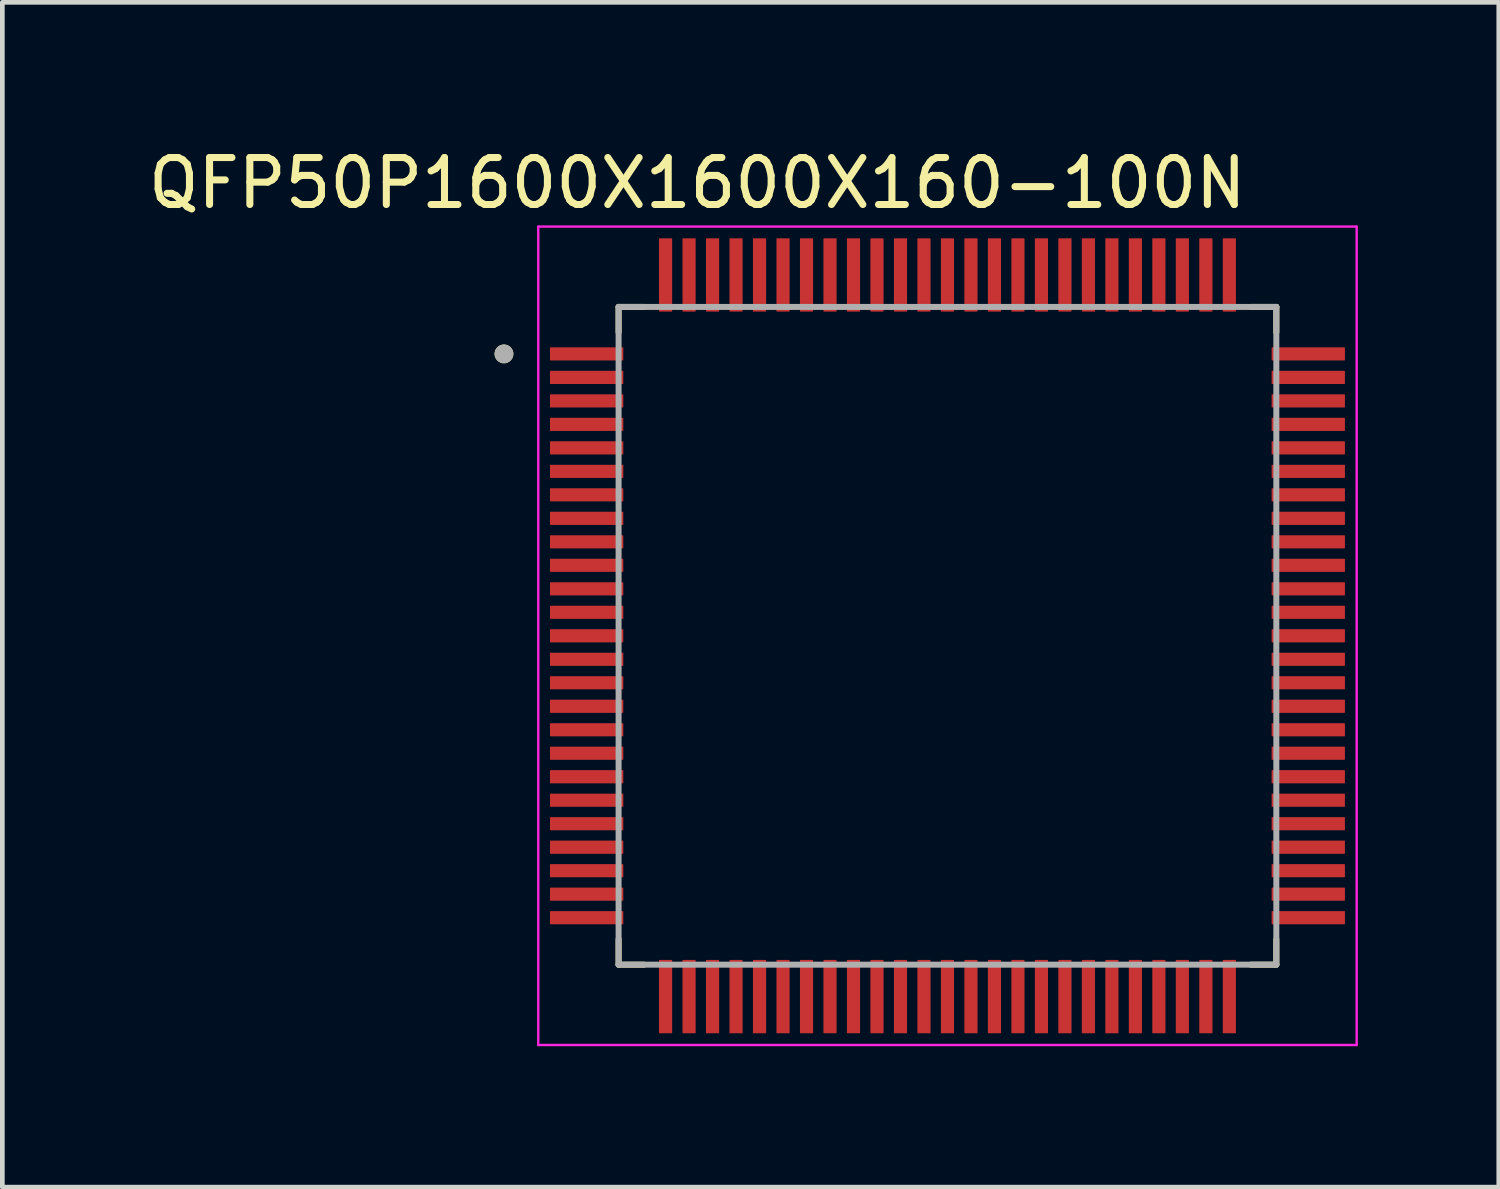
<source format=kicad_pcb>
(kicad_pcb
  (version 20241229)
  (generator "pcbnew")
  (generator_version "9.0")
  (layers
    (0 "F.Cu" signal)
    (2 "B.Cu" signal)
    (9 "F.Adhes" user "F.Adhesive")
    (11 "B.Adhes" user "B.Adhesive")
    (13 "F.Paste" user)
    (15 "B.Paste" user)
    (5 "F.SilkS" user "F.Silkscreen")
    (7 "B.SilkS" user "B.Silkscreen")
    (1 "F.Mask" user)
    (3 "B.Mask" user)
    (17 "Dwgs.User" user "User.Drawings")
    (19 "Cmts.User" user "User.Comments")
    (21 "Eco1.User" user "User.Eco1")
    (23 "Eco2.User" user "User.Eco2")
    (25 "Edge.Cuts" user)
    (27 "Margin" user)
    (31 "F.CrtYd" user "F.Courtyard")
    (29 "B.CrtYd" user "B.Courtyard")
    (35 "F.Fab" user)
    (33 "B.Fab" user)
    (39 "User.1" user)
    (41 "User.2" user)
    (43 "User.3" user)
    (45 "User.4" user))
  (footprint "QFP50P1600X1600X160-100N"
    (layer "F.Cu")
    (at 17.117 10.483)
    (property "Reference" "QFP50P1600X1600X160-100N" (at -5.325 -9.635 0) (layer "F.SilkS") (effects (font (size 1 1) (thickness 0.15))))
    (attr through_hole)
    (fp_line (start -7 -7) (end -7 -6.46) (stroke (width 0.127) (type solid)) (layer "F.SilkS"))
    (fp_line (start -7 -7) (end -6.46 -7) (stroke (width 0.127) (type solid)) (layer "F.SilkS"))
    (fp_line (start -7 7) (end -7 6.46) (stroke (width 0.127) (type solid)) (layer "F.SilkS"))
    (fp_line (start -7 7) (end -6.46 7) (stroke (width 0.127) (type solid)) (layer "F.SilkS"))
    (fp_line (start 7 -7) (end 6.46 -7) (stroke (width 0.127) (type solid)) (layer "F.SilkS"))
    (fp_line (start 7 -7) (end 7 -6.46) (stroke (width 0.127) (type solid)) (layer "F.SilkS"))
    (fp_line (start 7 7) (end 6.46 7) (stroke (width 0.127) (type solid)) (layer "F.SilkS"))
    (fp_line (start 7 7) (end 7 6.46) (stroke (width 0.127) (type solid)) (layer "F.SilkS"))
    (fp_circle (center -9.44 -6) (end -9.34 -6) (stroke (width 0.2) (type solid)) (fill no) (layer "F.SilkS"))
    (fp_line (start -8.71 -8.71) (end 8.71 -8.71) (stroke (width 0.05) (type solid)) (layer "F.CrtYd"))
    (fp_line (start -8.71 8.71) (end -8.71 -8.71) (stroke (width 0.05) (type solid)) (layer "F.CrtYd"))
    (fp_line (start -8.71 8.71) (end 8.71 8.71) (stroke (width 0.05) (type solid)) (layer "F.CrtYd"))
    (fp_line (start 8.71 8.71) (end 8.71 -8.71) (stroke (width 0.05) (type solid)) (layer "F.CrtYd"))
    (fp_line (start -7 7) (end -7 -7) (stroke (width 0.127) (type solid)) (layer "F.Fab"))
    (fp_line (start 7 -7) (end -7 -7) (stroke (width 0.127) (type solid)) (layer "F.Fab"))
    (fp_line (start 7 7) (end -7 7) (stroke (width 0.127) (type solid)) (layer "F.Fab"))
    (fp_line (start 7 7) (end 7 -7) (stroke (width 0.127) (type solid)) (layer "F.Fab"))
    (fp_circle (center -9.44 -6) (end -9.34 -6) (stroke (width 0.2) (type solid)) (fill no) (layer "F.Fab"))
    (pad "1" smd roundrect (at -7.68 -6) (size 1.56 0.28) (layers "F.Cu" "F.Mask" "F.Paste") (roundrect_rratio 0.04))
    (pad "2" smd roundrect (at -7.68 -5.5) (size 1.56 0.28) (layers "F.Cu" "F.Mask" "F.Paste") (roundrect_rratio 0.04))
    (pad "3" smd roundrect (at -7.68 -5) (size 1.56 0.28) (layers "F.Cu" "F.Mask" "F.Paste") (roundrect_rratio 0.04))
    (pad "4" smd roundrect (at -7.68 -4.5) (size 1.56 0.28) (layers "F.Cu" "F.Mask" "F.Paste") (roundrect_rratio 0.04))
    (pad "5" smd roundrect (at -7.68 -4) (size 1.56 0.28) (layers "F.Cu" "F.Mask" "F.Paste") (roundrect_rratio 0.04))
    (pad "6" smd roundrect (at -7.68 -3.5) (size 1.56 0.28) (layers "F.Cu" "F.Mask" "F.Paste") (roundrect_rratio 0.04))
    (pad "7" smd roundrect (at -7.68 -3) (size 1.56 0.28) (layers "F.Cu" "F.Mask" "F.Paste") (roundrect_rratio 0.04))
    (pad "8" smd roundrect (at -7.68 -2.5) (size 1.56 0.28) (layers "F.Cu" "F.Mask" "F.Paste") (roundrect_rratio 0.04))
    (pad "9" smd roundrect (at -7.68 -2) (size 1.56 0.28) (layers "F.Cu" "F.Mask" "F.Paste") (roundrect_rratio 0.04))
    (pad "10" smd roundrect (at -7.68 -1.5) (size 1.56 0.28) (layers "F.Cu" "F.Mask" "F.Paste") (roundrect_rratio 0.04))
    (pad "11" smd roundrect (at -7.68 -1) (size 1.56 0.28) (layers "F.Cu" "F.Mask" "F.Paste") (roundrect_rratio 0.04))
    (pad "12" smd roundrect (at -7.68 -0.5) (size 1.56 0.28) (layers "F.Cu" "F.Mask" "F.Paste") (roundrect_rratio 0.04))
    (pad "13" smd roundrect (at -7.68 0) (size 1.56 0.28) (layers "F.Cu" "F.Mask" "F.Paste") (roundrect_rratio 0.04))
    (pad "14" smd roundrect (at -7.68 0.5) (size 1.56 0.28) (layers "F.Cu" "F.Mask" "F.Paste") (roundrect_rratio 0.04))
    (pad "15" smd roundrect (at -7.68 1) (size 1.56 0.28) (layers "F.Cu" "F.Mask" "F.Paste") (roundrect_rratio 0.04))
    (pad "16" smd roundrect (at -7.68 1.5) (size 1.56 0.28) (layers "F.Cu" "F.Mask" "F.Paste") (roundrect_rratio 0.04))
    (pad "17" smd roundrect (at -7.68 2) (size 1.56 0.28) (layers "F.Cu" "F.Mask" "F.Paste") (roundrect_rratio 0.04))
    (pad "18" smd roundrect (at -7.68 2.5) (size 1.56 0.28) (layers "F.Cu" "F.Mask" "F.Paste") (roundrect_rratio 0.04))
    (pad "19" smd roundrect (at -7.68 3) (size 1.56 0.28) (layers "F.Cu" "F.Mask" "F.Paste") (roundrect_rratio 0.04))
    (pad "20" smd roundrect (at -7.68 3.5) (size 1.56 0.28) (layers "F.Cu" "F.Mask" "F.Paste") (roundrect_rratio 0.04))
    (pad "21" smd roundrect (at -7.68 4) (size 1.56 0.28) (layers "F.Cu" "F.Mask" "F.Paste") (roundrect_rratio 0.04))
    (pad "22" smd roundrect (at -7.68 4.5) (size 1.56 0.28) (layers "F.Cu" "F.Mask" "F.Paste") (roundrect_rratio 0.04))
    (pad "23" smd roundrect (at -7.68 5) (size 1.56 0.28) (layers "F.Cu" "F.Mask" "F.Paste") (roundrect_rratio 0.04))
    (pad "24" smd roundrect (at -7.68 5.5) (size 1.56 0.28) (layers "F.Cu" "F.Mask" "F.Paste") (roundrect_rratio 0.04))
    (pad "25" smd roundrect (at -7.68 6) (size 1.56 0.28) (layers "F.Cu" "F.Mask" "F.Paste") (roundrect_rratio 0.04))
    (pad "26" smd roundrect (at -6 7.68 90) (size 1.56 0.28) (layers "F.Cu" "F.Mask" "F.Paste") (roundrect_rratio 0.04))
    (pad "27" smd roundrect (at -5.5 7.68 90) (size 1.56 0.28) (layers "F.Cu" "F.Mask" "F.Paste") (roundrect_rratio 0.04))
    (pad "28" smd roundrect (at -5 7.68 90) (size 1.56 0.28) (layers "F.Cu" "F.Mask" "F.Paste") (roundrect_rratio 0.04))
    (pad "29" smd roundrect (at -4.5 7.68 90) (size 1.56 0.28) (layers "F.Cu" "F.Mask" "F.Paste") (roundrect_rratio 0.04))
    (pad "30" smd roundrect (at -4 7.68 90) (size 1.56 0.28) (layers "F.Cu" "F.Mask" "F.Paste") (roundrect_rratio 0.04))
    (pad "31" smd roundrect (at -3.5 7.68 90) (size 1.56 0.28) (layers "F.Cu" "F.Mask" "F.Paste") (roundrect_rratio 0.04))
    (pad "32" smd roundrect (at -3 7.68 90) (size 1.56 0.28) (layers "F.Cu" "F.Mask" "F.Paste") (roundrect_rratio 0.04))
    (pad "33" smd roundrect (at -2.5 7.68 90) (size 1.56 0.28) (layers "F.Cu" "F.Mask" "F.Paste") (roundrect_rratio 0.04))
    (pad "34" smd roundrect (at -2 7.68 90) (size 1.56 0.28) (layers "F.Cu" "F.Mask" "F.Paste") (roundrect_rratio 0.04))
    (pad "35" smd roundrect (at -1.5 7.68 90) (size 1.56 0.28) (layers "F.Cu" "F.Mask" "F.Paste") (roundrect_rratio 0.04))
    (pad "36" smd roundrect (at -1 7.68 90) (size 1.56 0.28) (layers "F.Cu" "F.Mask" "F.Paste") (roundrect_rratio 0.04))
    (pad "37" smd roundrect (at -0.5 7.68 90) (size 1.56 0.28) (layers "F.Cu" "F.Mask" "F.Paste") (roundrect_rratio 0.04))
    (pad "38" smd roundrect (at 0 7.68 90) (size 1.56 0.28) (layers "F.Cu" "F.Mask" "F.Paste") (roundrect_rratio 0.04))
    (pad "39" smd roundrect (at 0.5 7.68 90) (size 1.56 0.28) (layers "F.Cu" "F.Mask" "F.Paste") (roundrect_rratio 0.04))
    (pad "40" smd roundrect (at 1 7.68 90) (size 1.56 0.28) (layers "F.Cu" "F.Mask" "F.Paste") (roundrect_rratio 0.04))
    (pad "41" smd roundrect (at 1.5 7.68 90) (size 1.56 0.28) (layers "F.Cu" "F.Mask" "F.Paste") (roundrect_rratio 0.04))
    (pad "42" smd roundrect (at 2 7.68 90) (size 1.56 0.28) (layers "F.Cu" "F.Mask" "F.Paste") (roundrect_rratio 0.04))
    (pad "43" smd roundrect (at 2.5 7.68 90) (size 1.56 0.28) (layers "F.Cu" "F.Mask" "F.Paste") (roundrect_rratio 0.04))
    (pad "44" smd roundrect (at 3 7.68 90) (size 1.56 0.28) (layers "F.Cu" "F.Mask" "F.Paste") (roundrect_rratio 0.04))
    (pad "45" smd roundrect (at 3.5 7.68 90) (size 1.56 0.28) (layers "F.Cu" "F.Mask" "F.Paste") (roundrect_rratio 0.04))
    (pad "46" smd roundrect (at 4 7.68 90) (size 1.56 0.28) (layers "F.Cu" "F.Mask" "F.Paste") (roundrect_rratio 0.04))
    (pad "47" smd roundrect (at 4.5 7.68 90) (size 1.56 0.28) (layers "F.Cu" "F.Mask" "F.Paste") (roundrect_rratio 0.04))
    (pad "48" smd roundrect (at 5 7.68 90) (size 1.56 0.28) (layers "F.Cu" "F.Mask" "F.Paste") (roundrect_rratio 0.04))
    (pad "49" smd roundrect (at 5.5 7.68 90) (size 1.56 0.28) (layers "F.Cu" "F.Mask" "F.Paste") (roundrect_rratio 0.04))
    (pad "50" smd roundrect (at 6 7.68 90) (size 1.56 0.28) (layers "F.Cu" "F.Mask" "F.Paste") (roundrect_rratio 0.04))
    (pad "51" smd roundrect (at 7.68 6) (size 1.56 0.28) (layers "F.Cu" "F.Mask" "F.Paste") (roundrect_rratio 0.04))
    (pad "52" smd roundrect (at 7.68 5.5) (size 1.56 0.28) (layers "F.Cu" "F.Mask" "F.Paste") (roundrect_rratio 0.04))
    (pad "53" smd roundrect (at 7.68 5) (size 1.56 0.28) (layers "F.Cu" "F.Mask" "F.Paste") (roundrect_rratio 0.04))
    (pad "54" smd roundrect (at 7.68 4.5) (size 1.56 0.28) (layers "F.Cu" "F.Mask" "F.Paste") (roundrect_rratio 0.04))
    (pad "55" smd roundrect (at 7.68 4) (size 1.56 0.28) (layers "F.Cu" "F.Mask" "F.Paste") (roundrect_rratio 0.04))
    (pad "56" smd roundrect (at 7.68 3.5) (size 1.56 0.28) (layers "F.Cu" "F.Mask" "F.Paste") (roundrect_rratio 0.04))
    (pad "57" smd roundrect (at 7.68 3) (size 1.56 0.28) (layers "F.Cu" "F.Mask" "F.Paste") (roundrect_rratio 0.04))
    (pad "58" smd roundrect (at 7.68 2.5) (size 1.56 0.28) (layers "F.Cu" "F.Mask" "F.Paste") (roundrect_rratio 0.04))
    (pad "59" smd roundrect (at 7.68 2) (size 1.56 0.28) (layers "F.Cu" "F.Mask" "F.Paste") (roundrect_rratio 0.04))
    (pad "60" smd roundrect (at 7.68 1.5) (size 1.56 0.28) (layers "F.Cu" "F.Mask" "F.Paste") (roundrect_rratio 0.04))
    (pad "61" smd roundrect (at 7.68 1) (size 1.56 0.28) (layers "F.Cu" "F.Mask" "F.Paste") (roundrect_rratio 0.04))
    (pad "62" smd roundrect (at 7.68 0.5) (size 1.56 0.28) (layers "F.Cu" "F.Mask" "F.Paste") (roundrect_rratio 0.04))
    (pad "63" smd roundrect (at 7.68 0) (size 1.56 0.28) (layers "F.Cu" "F.Mask" "F.Paste") (roundrect_rratio 0.04))
    (pad "64" smd roundrect (at 7.68 -0.5) (size 1.56 0.28) (layers "F.Cu" "F.Mask" "F.Paste") (roundrect_rratio 0.04))
    (pad "65" smd roundrect (at 7.68 -1) (size 1.56 0.28) (layers "F.Cu" "F.Mask" "F.Paste") (roundrect_rratio 0.04))
    (pad "66" smd roundrect (at 7.68 -1.5) (size 1.56 0.28) (layers "F.Cu" "F.Mask" "F.Paste") (roundrect_rratio 0.04))
    (pad "67" smd roundrect (at 7.68 -2) (size 1.56 0.28) (layers "F.Cu" "F.Mask" "F.Paste") (roundrect_rratio 0.04))
    (pad "68" smd roundrect (at 7.68 -2.5) (size 1.56 0.28) (layers "F.Cu" "F.Mask" "F.Paste") (roundrect_rratio 0.04))
    (pad "69" smd roundrect (at 7.68 -3) (size 1.56 0.28) (layers "F.Cu" "F.Mask" "F.Paste") (roundrect_rratio 0.04))
    (pad "70" smd roundrect (at 7.68 -3.5) (size 1.56 0.28) (layers "F.Cu" "F.Mask" "F.Paste") (roundrect_rratio 0.04))
    (pad "71" smd roundrect (at 7.68 -4) (size 1.56 0.28) (layers "F.Cu" "F.Mask" "F.Paste") (roundrect_rratio 0.04))
    (pad "72" smd roundrect (at 7.68 -4.5) (size 1.56 0.28) (layers "F.Cu" "F.Mask" "F.Paste") (roundrect_rratio 0.04))
    (pad "73" smd roundrect (at 7.68 -5) (size 1.56 0.28) (layers "F.Cu" "F.Mask" "F.Paste") (roundrect_rratio 0.04))
    (pad "74" smd roundrect (at 7.68 -5.5) (size 1.56 0.28) (layers "F.Cu" "F.Mask" "F.Paste") (roundrect_rratio 0.04))
    (pad "75" smd roundrect (at 7.68 -6) (size 1.56 0.28) (layers "F.Cu" "F.Mask" "F.Paste") (roundrect_rratio 0.04))
    (pad "76" smd roundrect (at 6 -7.68 90) (size 1.56 0.28) (layers "F.Cu" "F.Mask" "F.Paste") (roundrect_rratio 0.04))
    (pad "77" smd roundrect (at 5.5 -7.68 90) (size 1.56 0.28) (layers "F.Cu" "F.Mask" "F.Paste") (roundrect_rratio 0.04))
    (pad "78" smd roundrect (at 5 -7.68 90) (size 1.56 0.28) (layers "F.Cu" "F.Mask" "F.Paste") (roundrect_rratio 0.04))
    (pad "79" smd roundrect (at 4.5 -7.68 90) (size 1.56 0.28) (layers "F.Cu" "F.Mask" "F.Paste") (roundrect_rratio 0.04))
    (pad "80" smd roundrect (at 4 -7.68 90) (size 1.56 0.28) (layers "F.Cu" "F.Mask" "F.Paste") (roundrect_rratio 0.04))
    (pad "81" smd roundrect (at 3.5 -7.68 90) (size 1.56 0.28) (layers "F.Cu" "F.Mask" "F.Paste") (roundrect_rratio 0.04))
    (pad "82" smd roundrect (at 3 -7.68 90) (size 1.56 0.28) (layers "F.Cu" "F.Mask" "F.Paste") (roundrect_rratio 0.04))
    (pad "83" smd roundrect (at 2.5 -7.68 90) (size 1.56 0.28) (layers "F.Cu" "F.Mask" "F.Paste") (roundrect_rratio 0.04))
    (pad "84" smd roundrect (at 2 -7.68 90) (size 1.56 0.28) (layers "F.Cu" "F.Mask" "F.Paste") (roundrect_rratio 0.04))
    (pad "85" smd roundrect (at 1.5 -7.68 90) (size 1.56 0.28) (layers "F.Cu" "F.Mask" "F.Paste") (roundrect_rratio 0.04))
    (pad "86" smd roundrect (at 1 -7.68 90) (size 1.56 0.28) (layers "F.Cu" "F.Mask" "F.Paste") (roundrect_rratio 0.04))
    (pad "87" smd roundrect (at 0.5 -7.68 90) (size 1.56 0.28) (layers "F.Cu" "F.Mask" "F.Paste") (roundrect_rratio 0.04))
    (pad "88" smd roundrect (at 0 -7.68 90) (size 1.56 0.28) (layers "F.Cu" "F.Mask" "F.Paste") (roundrect_rratio 0.04))
    (pad "89" smd roundrect (at -0.5 -7.68 90) (size 1.56 0.28) (layers "F.Cu" "F.Mask" "F.Paste") (roundrect_rratio 0.04))
    (pad "90" smd roundrect (at -1 -7.68 90) (size 1.56 0.28) (layers "F.Cu" "F.Mask" "F.Paste") (roundrect_rratio 0.04))
    (pad "91" smd roundrect (at -1.5 -7.68 90) (size 1.56 0.28) (layers "F.Cu" "F.Mask" "F.Paste") (roundrect_rratio 0.04))
    (pad "92" smd roundrect (at -2 -7.68 90) (size 1.56 0.28) (layers "F.Cu" "F.Mask" "F.Paste") (roundrect_rratio 0.04))
    (pad "93" smd roundrect (at -2.5 -7.68 90) (size 1.56 0.28) (layers "F.Cu" "F.Mask" "F.Paste") (roundrect_rratio 0.04))
    (pad "94" smd roundrect (at -3 -7.68 90) (size 1.56 0.28) (layers "F.Cu" "F.Mask" "F.Paste") (roundrect_rratio 0.04))
    (pad "95" smd roundrect (at -3.5 -7.68 90) (size 1.56 0.28) (layers "F.Cu" "F.Mask" "F.Paste") (roundrect_rratio 0.04))
    (pad "96" smd roundrect (at -4 -7.68 90) (size 1.56 0.28) (layers "F.Cu" "F.Mask" "F.Paste") (roundrect_rratio 0.04))
    (pad "97" smd roundrect (at -4.5 -7.68 90) (size 1.56 0.28) (layers "F.Cu" "F.Mask" "F.Paste") (roundrect_rratio 0.04))
    (pad "98" smd roundrect (at -5 -7.68 90) (size 1.56 0.28) (layers "F.Cu" "F.Mask" "F.Paste") (roundrect_rratio 0.04))
    (pad "99" smd roundrect (at -5.5 -7.68 90) (size 1.56 0.28) (layers "F.Cu" "F.Mask" "F.Paste") (roundrect_rratio 0.04))
    (pad "100" smd roundrect (at -6 -7.68 90) (size 1.56 0.28) (layers "F.Cu" "F.Mask" "F.Paste") (roundrect_rratio 0.04)))
  (gr_rect
    (start -3 -3)
    (end 28.852 22.218)
    (stroke (width 0.1) (type default))
    (fill no)
    (layer "Edge.Cuts")))
</source>
